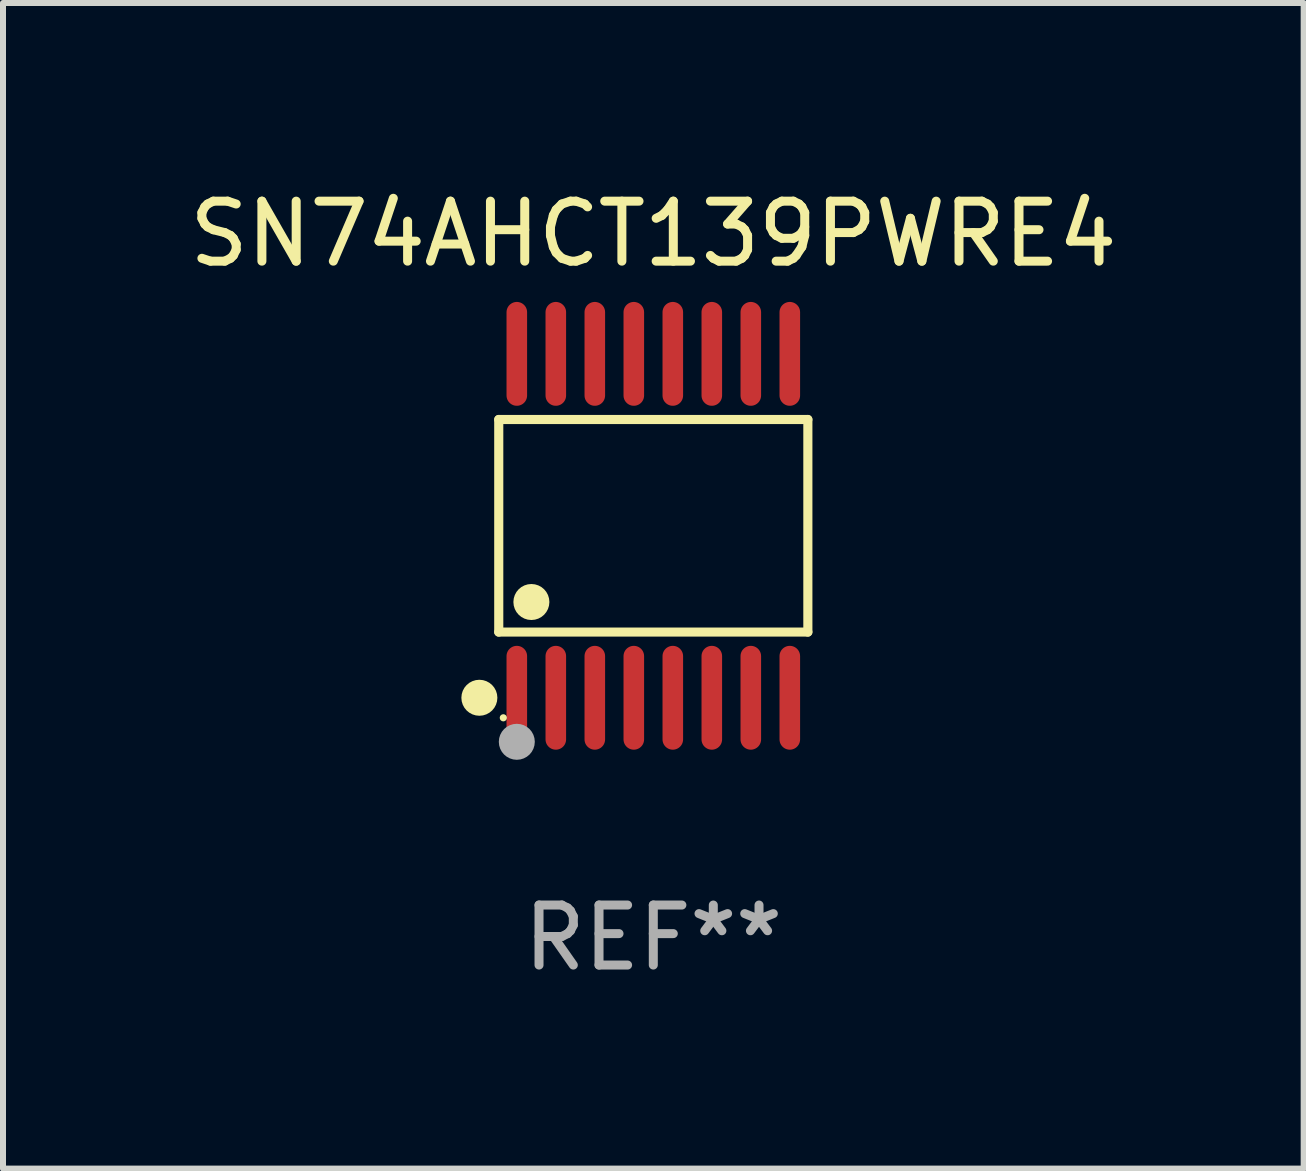
<source format=kicad_pcb>
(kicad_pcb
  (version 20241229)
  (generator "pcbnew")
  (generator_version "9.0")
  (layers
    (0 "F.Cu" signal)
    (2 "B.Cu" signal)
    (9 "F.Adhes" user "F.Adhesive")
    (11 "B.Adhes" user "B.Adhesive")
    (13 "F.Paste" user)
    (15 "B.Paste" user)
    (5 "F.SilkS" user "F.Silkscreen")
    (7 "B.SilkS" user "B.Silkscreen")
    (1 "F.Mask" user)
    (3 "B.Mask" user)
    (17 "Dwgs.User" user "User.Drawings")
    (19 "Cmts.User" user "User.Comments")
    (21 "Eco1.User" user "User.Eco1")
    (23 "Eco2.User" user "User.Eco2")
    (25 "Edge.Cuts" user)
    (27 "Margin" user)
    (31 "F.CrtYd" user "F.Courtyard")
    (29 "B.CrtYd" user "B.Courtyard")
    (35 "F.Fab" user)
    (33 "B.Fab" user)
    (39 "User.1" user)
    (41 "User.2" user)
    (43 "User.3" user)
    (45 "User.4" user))
  (footprint "SN74AHCT139PWRE4"
    (layer "F.Cu")
    (at 7.839 5.714)
    (property "Reference" "SN74AHCT139PWRE4" (at 0 -4.866 0) (layer "F.SilkS") (effects (font (size 1 1) (thickness 0.15))))
    (attr through_hole)
    (fp_line (start -2.576 -1.772) (end 2.576 -1.772) (stroke (width 0.152) (type solid)) (layer "F.SilkS"))
    (fp_line (start -2.576 1.771) (end -2.576 -1.772) (stroke (width 0.152) (type solid)) (layer "F.SilkS"))
    (fp_line (start 2.576 -1.772) (end 2.576 1.771) (stroke (width 0.152) (type solid)) (layer "F.SilkS"))
    (fp_line (start 2.576 1.771) (end -2.576 1.771) (stroke (width 0.152) (type solid)) (layer "F.SilkS"))
    (fp_circle (center -2.899 2.866) (end -2.749 2.866) (stroke (width 0.3) (type solid)) (fill no) (layer "F.SilkS"))
    (fp_circle (center -2.5 3.2) (end -2.47 3.2) (stroke (width 0.06) (type solid)) (fill no) (layer "F.SilkS"))
    (fp_circle (center -2.032 1.27) (end -1.882 1.27) (stroke (width 0.3) (type solid)) (fill no) (layer "F.SilkS"))
    (fp_circle (center -2.275 3.6) (end -2.125 3.6) (stroke (width 0.3) (type solid)) (fill no) (layer "F.Fab"))
    (fp_text user "REF**" (at 0 6.866 0) (layer "F.Fab") (effects (font (size 1 1) (thickness 0.15))))
    (pad "1" smd oval (at -2.275 2.866) (size 0.343 1.731) (layers "F.Cu" "F.Mask" "F.Paste"))
    (pad "2" smd oval (at -1.625 2.866) (size 0.343 1.731) (layers "F.Cu" "F.Mask" "F.Paste"))
    (pad "3" smd oval (at -0.975 2.866) (size 0.343 1.731) (layers "F.Cu" "F.Mask" "F.Paste"))
    (pad "4" smd oval (at -0.325 2.866) (size 0.343 1.731) (layers "F.Cu" "F.Mask" "F.Paste"))
    (pad "5" smd oval (at 0.325 2.866) (size 0.343 1.731) (layers "F.Cu" "F.Mask" "F.Paste"))
    (pad "6" smd oval (at 0.975 2.866) (size 0.343 1.731) (layers "F.Cu" "F.Mask" "F.Paste"))
    (pad "7" smd oval (at 1.625 2.866) (size 0.343 1.731) (layers "F.Cu" "F.Mask" "F.Paste"))
    (pad "8" smd oval (at 2.275 2.866) (size 0.343 1.731) (layers "F.Cu" "F.Mask" "F.Paste"))
    (pad "9" smd oval (at 2.275 -2.866) (size 0.343 1.731) (layers "F.Cu" "F.Mask" "F.Paste"))
    (pad "10" smd oval (at 1.625 -2.866) (size 0.343 1.731) (layers "F.Cu" "F.Mask" "F.Paste"))
    (pad "11" smd oval (at 0.975 -2.866) (size 0.343 1.731) (layers "F.Cu" "F.Mask" "F.Paste"))
    (pad "12" smd oval (at 0.325 -2.866) (size 0.343 1.731) (layers "F.Cu" "F.Mask" "F.Paste"))
    (pad "13" smd oval (at -0.325 -2.866) (size 0.343 1.731) (layers "F.Cu" "F.Mask" "F.Paste"))
    (pad "14" smd oval (at -0.975 -2.866) (size 0.343 1.731) (layers "F.Cu" "F.Mask" "F.Paste"))
    (pad "15" smd oval (at -1.625 -2.866) (size 0.343 1.731) (layers "F.Cu" "F.Mask" "F.Paste"))
    (pad "16" smd oval (at -2.275 -2.866) (size 0.343 1.731) (layers "F.Cu" "F.Mask" "F.Paste")))
  (gr_rect
    (start -3 -3)
    (end 18.679 16.428)
    (stroke (width 0.1) (type default))
    (fill no)
    (layer "Edge.Cuts")))
</source>
